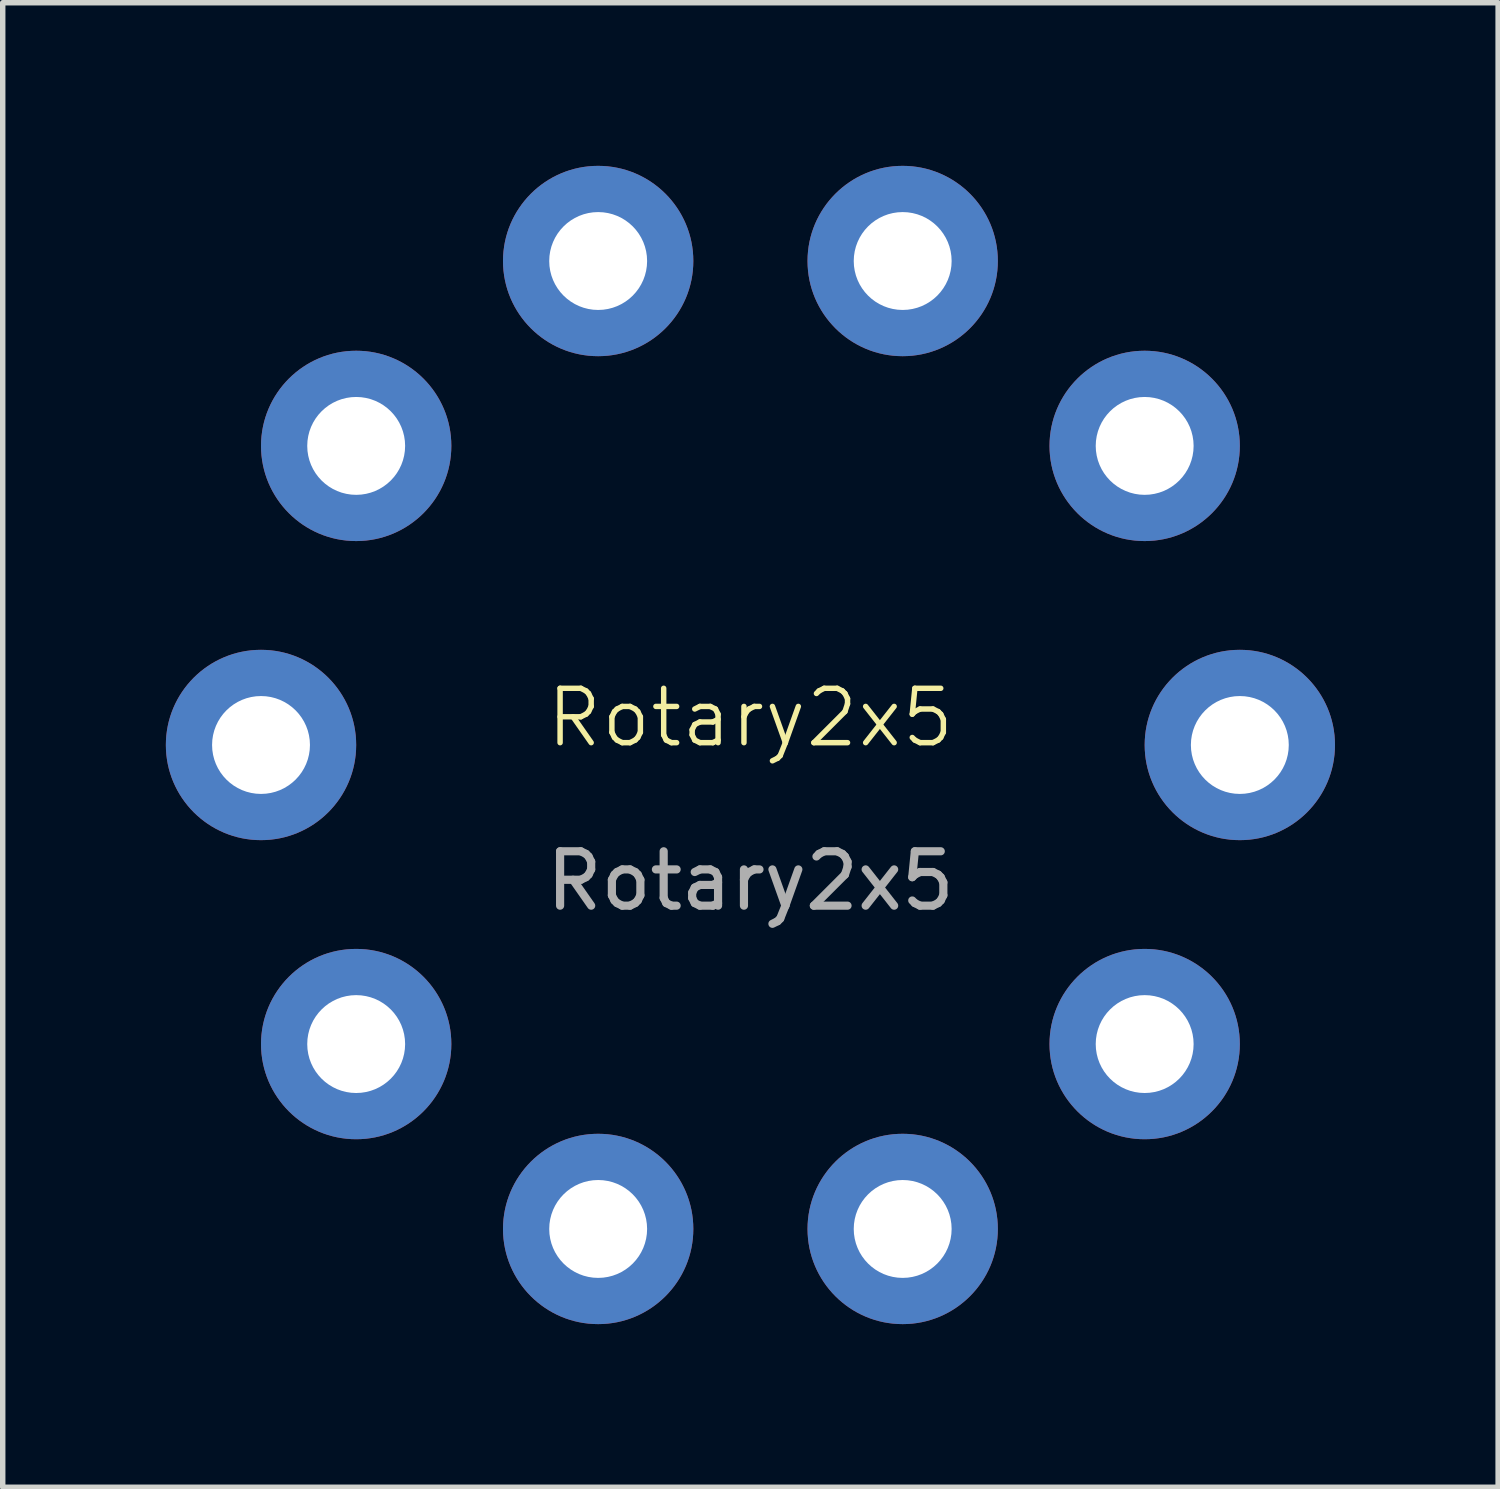
<source format=kicad_pcb>
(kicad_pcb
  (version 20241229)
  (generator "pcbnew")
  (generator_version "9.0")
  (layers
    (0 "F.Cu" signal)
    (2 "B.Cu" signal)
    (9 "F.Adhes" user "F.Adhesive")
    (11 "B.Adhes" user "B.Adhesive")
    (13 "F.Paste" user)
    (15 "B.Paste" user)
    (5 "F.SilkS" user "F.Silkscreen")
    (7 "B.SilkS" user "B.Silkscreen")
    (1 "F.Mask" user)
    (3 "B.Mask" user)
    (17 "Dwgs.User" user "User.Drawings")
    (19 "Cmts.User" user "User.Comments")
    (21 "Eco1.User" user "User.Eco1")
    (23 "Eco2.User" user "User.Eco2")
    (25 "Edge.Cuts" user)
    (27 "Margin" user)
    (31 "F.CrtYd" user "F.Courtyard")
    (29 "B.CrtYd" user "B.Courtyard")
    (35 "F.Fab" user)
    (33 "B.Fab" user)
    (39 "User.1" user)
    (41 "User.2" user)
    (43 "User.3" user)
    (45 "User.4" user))
  (footprint "Rotary2x5"
    (layer "F.Cu")
    (at 10.75 10.65)
    (property "Reference" "Rotary2x5" (at 0 -0.5 0) (unlocked yes) (layer "F.SilkS") (effects (font (size 1 1) (thickness 0.1))))
    (attr through_hole)
    (fp_text user "${REFERENCE}" (at 0 2.5 0) (unlocked yes) (layer "F.Fab") (effects (font (size 1 1) (thickness 0.15))))
    (pad "1" thru_hole circle (at -2.8 8.9) (size 3.5 3.5) (drill 1.8) (layers "*.Cu" "*.Mask"))
    (pad "2" thru_hole circle (at 2.8 8.9) (size 3.5 3.5) (drill 1.8) (layers "*.Cu" "*.Mask"))
    (pad "3" thru_hole circle (at 7.25 5.5) (size 3.5 3.5) (drill 1.8) (layers "*.Cu" "*.Mask"))
    (pad "4" thru_hole circle (at 9 0) (size 3.5 3.5) (drill 1.8) (layers "*.Cu" "*.Mask"))
    (pad "5" thru_hole circle (at 7.25 -5.5) (size 3.5 3.5) (drill 1.8) (layers "*.Cu" "*.Mask"))
    (pad "6" thru_hole circle (at 2.8 -8.9) (size 3.5 3.5) (drill 1.8) (layers "*.Cu" "*.Mask"))
    (pad "7" thru_hole circle (at -2.8 -8.9) (size 3.5 3.5) (drill 1.8) (layers "*.Cu" "*.Mask"))
    (pad "8" thru_hole circle (at -7.25 -5.5) (size 3.5 3.5) (drill 1.8) (layers "*.Cu" "*.Mask"))
    (pad "9" thru_hole circle (at -9 0) (size 3.5 3.5) (drill 1.8) (layers "*.Cu" "*.Mask"))
    (pad "10" thru_hole circle (at -7.25 5.5) (size 3.5 3.5) (drill 1.8) (layers "*.Cu" "*.Mask")))
  (gr_rect
    (start -3 -3)
    (end 24.5 24.3)
    (stroke (width 0.1) (type default))
    (fill no)
    (layer "Edge.Cuts")))
</source>
